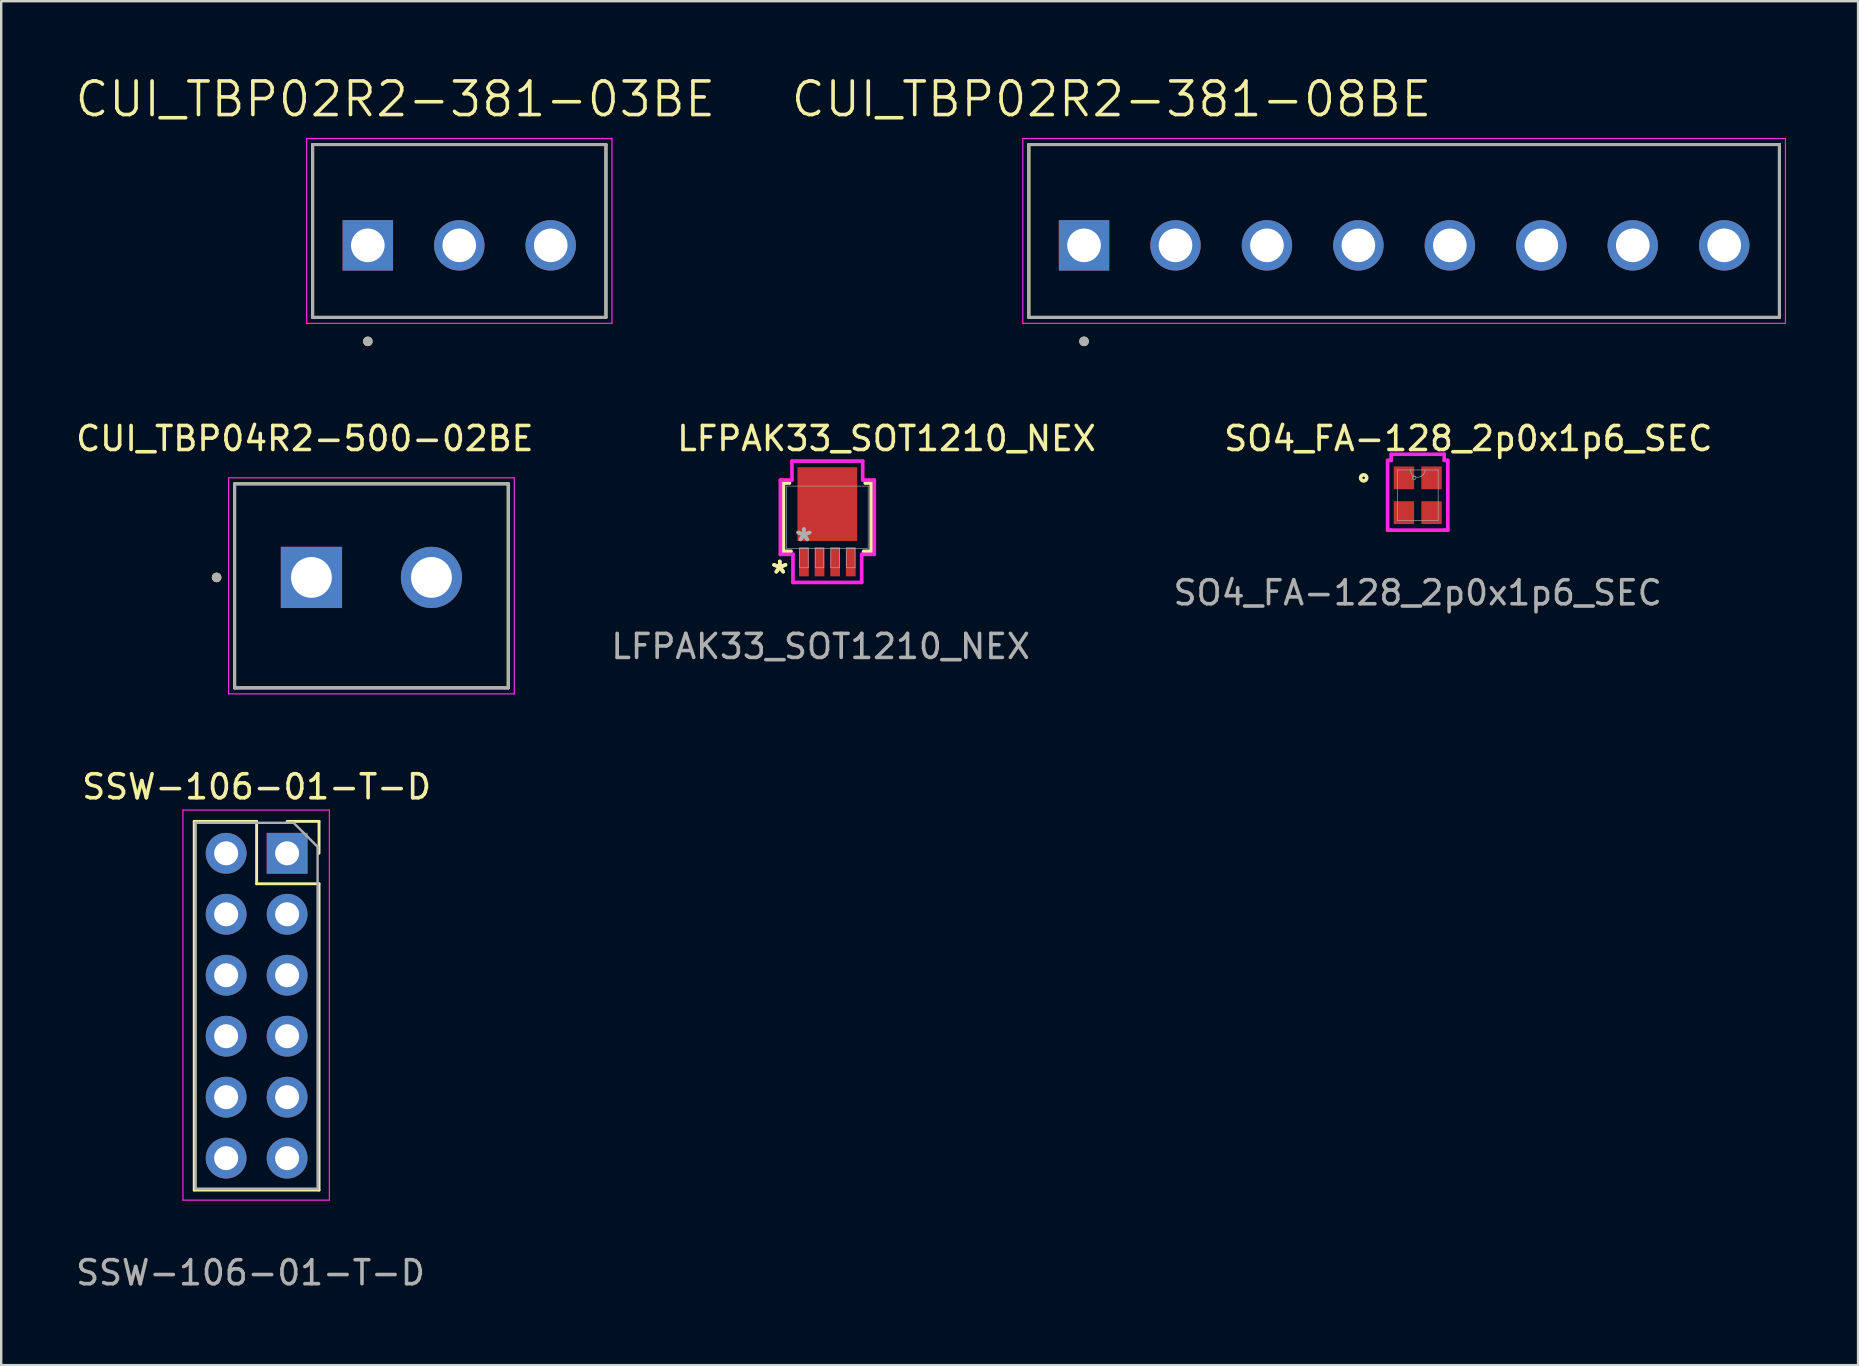
<source format=kicad_pcb>
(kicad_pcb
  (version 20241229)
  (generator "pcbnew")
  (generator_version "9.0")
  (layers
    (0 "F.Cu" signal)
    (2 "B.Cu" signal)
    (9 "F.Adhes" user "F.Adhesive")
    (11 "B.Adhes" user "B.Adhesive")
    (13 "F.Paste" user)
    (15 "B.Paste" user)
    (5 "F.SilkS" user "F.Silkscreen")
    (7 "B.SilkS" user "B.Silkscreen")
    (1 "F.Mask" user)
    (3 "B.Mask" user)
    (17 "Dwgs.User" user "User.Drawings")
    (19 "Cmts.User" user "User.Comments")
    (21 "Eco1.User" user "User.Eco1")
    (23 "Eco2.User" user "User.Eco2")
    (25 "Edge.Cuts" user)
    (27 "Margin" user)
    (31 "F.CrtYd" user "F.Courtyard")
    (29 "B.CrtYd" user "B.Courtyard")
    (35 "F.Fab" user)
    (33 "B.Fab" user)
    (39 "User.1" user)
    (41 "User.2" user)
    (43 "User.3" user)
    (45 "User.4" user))
  (footprint "CUI_TBP02R2-381-03BE"
    (layer "F.Cu")
    (at 12.273 7.171)
    (property "Reference" "CUI_TBP02R2-381-03BE" (at 1.145 -6.089 0) (layer "F.SilkS") (effects (font (size 1.4 1.4) (thickness 0.15))))
    (attr through_hole)
    (fp_line (start -2.3 -4.2) (end 9.92 -4.2) (stroke (width 0.127) (type solid)) (layer "F.SilkS"))
    (fp_line (start -2.3 3) (end -2.3 -4.2) (stroke (width 0.127) (type solid)) (layer "F.SilkS"))
    (fp_line (start 9.92 -4.2) (end 9.92 3) (stroke (width 0.127) (type solid)) (layer "F.SilkS"))
    (fp_line (start 9.92 3) (end -2.3 3) (stroke (width 0.127) (type solid)) (layer "F.SilkS"))
    (fp_circle (center 0 4) (end 0.1 4) (stroke (width 0.2) (type solid)) (fill no) (layer "F.SilkS"))
    (fp_line (start -2.55 -4.45) (end 10.17 -4.45) (stroke (width 0.05) (type solid)) (layer "F.CrtYd"))
    (fp_line (start -2.55 3.25) (end -2.55 -4.45) (stroke (width 0.05) (type solid)) (layer "F.CrtYd"))
    (fp_line (start 10.17 -4.45) (end 10.17 3.25) (stroke (width 0.05) (type solid)) (layer "F.CrtYd"))
    (fp_line (start 10.17 3.25) (end -2.55 3.25) (stroke (width 0.05) (type solid)) (layer "F.CrtYd"))
    (fp_line (start -2.3 -4.2) (end 9.92 -4.2) (stroke (width 0.127) (type solid)) (layer "F.Fab"))
    (fp_line (start -2.3 3) (end -2.3 -4.2) (stroke (width 0.127) (type solid)) (layer "F.Fab"))
    (fp_line (start 9.92 -4.2) (end 9.92 3) (stroke (width 0.127) (type solid)) (layer "F.Fab"))
    (fp_line (start 9.92 3) (end -2.3 3) (stroke (width 0.127) (type solid)) (layer "F.Fab"))
    (fp_circle (center 0 4) (end 0.1 4) (stroke (width 0.2) (type solid)) (fill no) (layer "F.Fab"))
    (pad "1" thru_hole rect (at 0 0) (size 2.1 2.1) (drill 1.4) (layers "*.Cu" "*.Mask"))
    (pad "2" thru_hole circle (at 3.81 0) (size 2.1 2.1) (drill 1.4) (layers "*.Cu" "*.Mask"))
    (pad "3" thru_hole circle (at 7.62 0) (size 2.1 2.1) (drill 1.4) (layers "*.Cu" "*.Mask")))
  (footprint "SO4_FA-128_2p0x1p6_SEC"
    (layer "F.Cu")
    (at 56.011 17.582)
    (property "Reference" "SO4_FA-128_2p0x1p6_SEC" (at 2.108 -2.362 0) (unlocked yes) (layer "F.SilkS") (effects (font (size 1 1) (thickness 0.15))))
    (attr smd)
    (fp_circle (center -2.252 -0.725) (end -2.125 -0.725) (stroke (width 0.152) (type solid)) (fill no) (layer "F.SilkS"))
    (fp_line (start -1.254 -1.454) (end -1.105 -1.454) (stroke (width 0.152) (type solid)) (layer "F.CrtYd"))
    (fp_line (start -1.254 1.454) (end -1.254 -1.454) (stroke (width 0.152) (type solid)) (layer "F.CrtYd"))
    (fp_line (start -1.254 1.454) (end -1.105 1.454) (stroke (width 0.152) (type solid)) (layer "F.CrtYd"))
    (fp_line (start -1.105 -1.708) (end 1.105 -1.708) (stroke (width 0.152) (type solid)) (layer "F.CrtYd"))
    (fp_line (start -1.105 -1.454) (end -1.105 -1.708) (stroke (width 0.152) (type solid)) (layer "F.CrtYd"))
    (fp_line (start -1.105 1.454) (end -1.105 1.454) (stroke (width 0.152) (type solid)) (layer "F.CrtYd"))
    (fp_line (start 1.105 -1.708) (end 1.105 -1.454) (stroke (width 0.152) (type solid)) (layer "F.CrtYd"))
    (fp_line (start 1.105 1.454) (end -1.105 1.454) (stroke (width 0.152) (type solid)) (layer "F.CrtYd"))
    (fp_line (start 1.105 1.454) (end 1.105 1.454) (stroke (width 0.152) (type solid)) (layer "F.CrtYd"))
    (fp_line (start 1.254 -1.454) (end 1.105 -1.454) (stroke (width 0.152) (type solid)) (layer "F.CrtYd"))
    (fp_line (start 1.254 -1.454) (end 1.254 1.454) (stroke (width 0.152) (type solid)) (layer "F.CrtYd"))
    (fp_line (start 1.254 1.454) (end 1.105 1.454) (stroke (width 0.152) (type solid)) (layer "F.CrtYd"))
    (fp_line (start -0.851 -1.054) (end -0.851 1.054) (stroke (width 0.025) (type solid)) (layer "F.Fab"))
    (fp_line (start -0.851 1.054) (end 0.851 1.054) (stroke (width 0.025) (type solid)) (layer "F.Fab"))
    (fp_line (start 0.851 -1.054) (end -0.851 -1.054) (stroke (width 0.025) (type solid)) (layer "F.Fab"))
    (fp_line (start 0.851 1.054) (end 0.851 -1.054) (stroke (width 0.025) (type solid)) (layer "F.Fab"))
    (fp_arc (start 0.3048 -1.0541) (mid 0 -0.7493) (end -0.3048 -1.0541) (stroke (width 0.0254) (type solid)) (layer "F.Fab"))
    (fp_circle (center -0.15 -0.725) (end -0.074 -0.725) (stroke (width 0.025) (type solid)) (fill no) (layer "F.Fab"))
    (fp_text user "${REFERENCE}" (at 0 4.064 0) (unlocked yes) (layer "F.Fab") (effects (font (size 1 1) (thickness 0.15))))
    (pad "1" smd rect (at -0.575 -0.725) (size 0.85 0.95) (layers "F.Cu" "F.Mask" "F.Paste"))
    (pad "2" smd rect (at -0.575 0.725) (size 0.85 0.95) (layers "F.Cu" "F.Mask" "F.Paste"))
    (pad "3" smd rect (at 0.575 0.725) (size 0.85 0.95) (layers "F.Cu" "F.Mask" "F.Paste"))
    (pad "4" smd rect (at 0.575 -0.725) (size 0.85 0.95) (layers "F.Cu" "F.Mask" "F.Paste")))
  (footprint "CUI_TBP04R2-500-02BE"
    (layer "F.Cu")
    (at 9.924 21.005)
    (property "Reference" "CUI_TBP04R2-500-02BE" (at -0.275 -5.785 0) (layer "F.SilkS") (effects (font (size 1 1) (thickness 0.15))))
    (attr through_hole)
    (fp_line (start -3.2 -3.9) (end 8.2 -3.9) (stroke (width 0.127) (type solid)) (layer "F.SilkS"))
    (fp_line (start -3.2 4.6) (end -3.2 -3.9) (stroke (width 0.127) (type solid)) (layer "F.SilkS"))
    (fp_line (start 8.2 -3.9) (end 8.2 4.6) (stroke (width 0.127) (type solid)) (layer "F.SilkS"))
    (fp_line (start 8.2 4.6) (end -3.2 4.6) (stroke (width 0.127) (type solid)) (layer "F.SilkS"))
    (fp_circle (center -3.95 0) (end -3.85 0) (stroke (width 0.2) (type solid)) (fill no) (layer "F.SilkS"))
    (fp_line (start -3.45 -4.15) (end -3.45 4.85) (stroke (width 0.05) (type solid)) (layer "F.CrtYd"))
    (fp_line (start -3.45 4.85) (end 8.45 4.85) (stroke (width 0.05) (type solid)) (layer "F.CrtYd"))
    (fp_line (start 8.45 -4.15) (end -3.45 -4.15) (stroke (width 0.05) (type solid)) (layer "F.CrtYd"))
    (fp_line (start 8.45 4.85) (end 8.45 -4.15) (stroke (width 0.05) (type solid)) (layer "F.CrtYd"))
    (fp_line (start -3.2 -3.9) (end 8.2 -3.9) (stroke (width 0.127) (type solid)) (layer "F.Fab"))
    (fp_line (start -3.2 4.6) (end -3.2 -3.9) (stroke (width 0.127) (type solid)) (layer "F.Fab"))
    (fp_line (start 8.2 -3.9) (end 8.2 4.6) (stroke (width 0.127) (type solid)) (layer "F.Fab"))
    (fp_line (start 8.2 4.6) (end -3.2 4.6) (stroke (width 0.127) (type solid)) (layer "F.Fab"))
    (fp_circle (center -3.95 0) (end -3.85 0) (stroke (width 0.2) (type solid)) (fill no) (layer "F.Fab"))
    (pad "1" thru_hole rect (at 0 0) (size 2.55 2.55) (drill 1.7) (layers "*.Cu" "*.Mask"))
    (pad "2" thru_hole circle (at 5 0) (size 2.55 2.55) (drill 1.7) (layers "*.Cu" "*.Mask")))
  (footprint "CUI_TBP02R2-381-08BE"
    (layer "F.Cu")
    (at 42.11 7.171)
    (property "Reference" "CUI_TBP02R2-381-08BE" (at 1.145 -6.089 0) (layer "F.SilkS") (effects (font (size 1.4 1.4) (thickness 0.15))))
    (attr through_hole)
    (fp_line (start -2.3 -4.2) (end 28.97 -4.2) (stroke (width 0.127) (type solid)) (layer "F.SilkS"))
    (fp_line (start -2.3 3) (end -2.3 -4.2) (stroke (width 0.127) (type solid)) (layer "F.SilkS"))
    (fp_line (start 28.97 -4.2) (end 28.97 3) (stroke (width 0.127) (type solid)) (layer "F.SilkS"))
    (fp_line (start 28.97 3) (end -2.3 3) (stroke (width 0.127) (type solid)) (layer "F.SilkS"))
    (fp_circle (center 0 4) (end 0.1 4) (stroke (width 0.2) (type solid)) (fill no) (layer "F.SilkS"))
    (fp_line (start -2.55 -4.45) (end 29.22 -4.45) (stroke (width 0.05) (type solid)) (layer "F.CrtYd"))
    (fp_line (start -2.55 3.25) (end -2.55 -4.45) (stroke (width 0.05) (type solid)) (layer "F.CrtYd"))
    (fp_line (start 29.22 -4.45) (end 29.22 3.25) (stroke (width 0.05) (type solid)) (layer "F.CrtYd"))
    (fp_line (start 29.22 3.25) (end -2.55 3.25) (stroke (width 0.05) (type solid)) (layer "F.CrtYd"))
    (fp_line (start -2.3 -4.2) (end 28.97 -4.2) (stroke (width 0.127) (type solid)) (layer "F.Fab"))
    (fp_line (start -2.3 3) (end -2.3 -4.2) (stroke (width 0.127) (type solid)) (layer "F.Fab"))
    (fp_line (start 28.97 -4.2) (end 28.97 3) (stroke (width 0.127) (type solid)) (layer "F.Fab"))
    (fp_line (start 28.97 3) (end -2.3 3) (stroke (width 0.127) (type solid)) (layer "F.Fab"))
    (fp_circle (center 0 4) (end 0.1 4) (stroke (width 0.2) (type solid)) (fill no) (layer "F.Fab"))
    (pad "1" thru_hole rect (at 0 0) (size 2.1 2.1) (drill 1.4) (layers "*.Cu" "*.Mask"))
    (pad "2" thru_hole circle (at 3.81 0) (size 2.1 2.1) (drill 1.4) (layers "*.Cu" "*.Mask"))
    (pad "3" thru_hole circle (at 7.62 0) (size 2.1 2.1) (drill 1.4) (layers "*.Cu" "*.Mask"))
    (pad "4" thru_hole circle (at 11.43 0) (size 2.1 2.1) (drill 1.4) (layers "*.Cu" "*.Mask"))
    (pad "5" thru_hole circle (at 15.24 0) (size 2.1 2.1) (drill 1.4) (layers "*.Cu" "*.Mask"))
    (pad "6" thru_hole circle (at 19.05 0) (size 2.1 2.1) (drill 1.4) (layers "*.Cu" "*.Mask"))
    (pad "7" thru_hole circle (at 22.86 0) (size 2.1 2.1) (drill 1.4) (layers "*.Cu" "*.Mask"))
    (pad "8" thru_hole circle (at 26.67 0) (size 2.1 2.1) (drill 1.4) (layers "*.Cu" "*.Mask")))
  (footprint "SSW-106-01-T-D"
    (layer "F.Cu")
    (at 8.911 32.498)
    (property "Reference" "SSW-106-01-T-D" (at -1.27 -2.77 0) (layer "F.SilkS") (effects (font (size 1 1) (thickness 0.15))))
    (attr through_hole)
    (fp_line (start -3.87 -1.33) (end -3.87 14.03) (stroke (width 0.12) (type solid)) (layer "F.SilkS"))
    (fp_line (start -3.87 -1.33) (end -1.27 -1.33) (stroke (width 0.12) (type solid)) (layer "F.SilkS"))
    (fp_line (start -3.87 14.03) (end 1.33 14.03) (stroke (width 0.12) (type solid)) (layer "F.SilkS"))
    (fp_line (start -1.27 -1.33) (end -1.27 1.27) (stroke (width 0.12) (type solid)) (layer "F.SilkS"))
    (fp_line (start -1.27 1.27) (end 1.33 1.27) (stroke (width 0.12) (type solid)) (layer "F.SilkS"))
    (fp_line (start 0 -1.33) (end 1.33 -1.33) (stroke (width 0.12) (type solid)) (layer "F.SilkS"))
    (fp_line (start 1.33 -1.33) (end 1.33 0) (stroke (width 0.12) (type solid)) (layer "F.SilkS"))
    (fp_line (start 1.33 1.27) (end 1.33 14.03) (stroke (width 0.12) (type solid)) (layer "F.SilkS"))
    (fp_line (start -4.34 -1.8) (end 1.76 -1.8) (stroke (width 0.05) (type solid)) (layer "F.CrtYd"))
    (fp_line (start -4.34 14.45) (end -4.34 -1.8) (stroke (width 0.05) (type solid)) (layer "F.CrtYd"))
    (fp_line (start 1.76 -1.8) (end 1.76 14.45) (stroke (width 0.05) (type solid)) (layer "F.CrtYd"))
    (fp_line (start 1.76 14.45) (end -4.34 14.45) (stroke (width 0.05) (type solid)) (layer "F.CrtYd"))
    (fp_line (start -3.81 -1.27) (end 0.27 -1.27) (stroke (width 0.1) (type solid)) (layer "F.Fab"))
    (fp_line (start -3.81 13.97) (end -3.81 -1.27) (stroke (width 0.1) (type solid)) (layer "F.Fab"))
    (fp_line (start 0.27 -1.27) (end 1.27 -0.27) (stroke (width 0.1) (type solid)) (layer "F.Fab"))
    (fp_line (start 1.27 -0.27) (end 1.27 13.97) (stroke (width 0.1) (type solid)) (layer "F.Fab"))
    (fp_line (start 1.27 13.97) (end -3.81 13.97) (stroke (width 0.1) (type solid)) (layer "F.Fab"))
    (fp_text user "${REFERENCE}" (at -1.524 17.475 180) (layer "F.Fab") (effects (font (size 1 1) (thickness 0.15))))
    (pad "1" thru_hole rect (at 0 0) (size 1.7 1.7) (drill 1) (layers "*.Cu" "*.Mask"))
    (pad "2" thru_hole oval (at -2.54 0) (size 1.7 1.7) (drill 1) (layers "*.Cu" "*.Mask"))
    (pad "3" thru_hole oval (at 0 2.54) (size 1.7 1.7) (drill 1) (layers "*.Cu" "*.Mask"))
    (pad "4" thru_hole oval (at -2.54 2.54) (size 1.7 1.7) (drill 1) (layers "*.Cu" "*.Mask"))
    (pad "5" thru_hole oval (at 0 5.08) (size 1.7 1.7) (drill 1) (layers "*.Cu" "*.Mask"))
    (pad "6" thru_hole oval (at -2.54 5.08) (size 1.7 1.7) (drill 1) (layers "*.Cu" "*.Mask"))
    (pad "7" thru_hole oval (at 0 7.62) (size 1.7 1.7) (drill 1) (layers "*.Cu" "*.Mask"))
    (pad "8" thru_hole oval (at -2.54 7.62) (size 1.7 1.7) (drill 1) (layers "*.Cu" "*.Mask"))
    (pad "9" thru_hole oval (at 0 10.16) (size 1.7 1.7) (drill 1) (layers "*.Cu" "*.Mask"))
    (pad "10" thru_hole oval (at -2.54 10.16) (size 1.7 1.7) (drill 1) (layers "*.Cu" "*.Mask"))
    (pad "11" thru_hole oval (at 0 12.7) (size 1.7 1.7) (drill 1) (layers "*.Cu" "*.Mask"))
    (pad "12" thru_hole oval (at -2.54 12.7) (size 1.7 1.7) (drill 1) (layers "*.Cu" "*.Mask")))
  (footprint "LFPAK33_SOT1210_NEX"
    (layer "F.Cu")
    (at 31.416 18.496)
    (property "Reference" "LFPAK33_SOT1210_NEX" (at 2.464 -3.277 0) (unlocked yes) (layer "F.SilkS") (effects (font (size 1 1) (thickness 0.15))))
    (attr smd)
    (fp_line (start -1.829 -1.422) (end -1.829 1.422) (stroke (width 0.152) (type solid)) (layer "F.SilkS"))
    (fp_line (start -1.829 1.422) (end -1.511 1.422) (stroke (width 0.152) (type solid)) (layer "F.SilkS"))
    (fp_line (start -1.577 -1.422) (end -1.829 -1.422) (stroke (width 0.152) (type solid)) (layer "F.SilkS"))
    (fp_line (start 1.511 1.422) (end 1.829 1.422) (stroke (width 0.152) (type solid)) (layer "F.SilkS"))
    (fp_line (start 1.829 -1.422) (end 1.577 -1.422) (stroke (width 0.152) (type solid)) (layer "F.SilkS"))
    (fp_line (start 1.829 1.422) (end 1.829 -1.422) (stroke (width 0.152) (type solid)) (layer "F.SilkS"))
    (fp_line (start -1.956 -1.549) (end -1.473 -1.549) (stroke (width 0.152) (type solid)) (layer "F.CrtYd"))
    (fp_line (start -1.956 1.549) (end -1.956 -1.549) (stroke (width 0.152) (type solid)) (layer "F.CrtYd"))
    (fp_line (start -1.473 -2.337) (end 1.473 -2.337) (stroke (width 0.152) (type solid)) (layer "F.CrtYd"))
    (fp_line (start -1.473 -1.549) (end -1.473 -2.337) (stroke (width 0.152) (type solid)) (layer "F.CrtYd"))
    (fp_line (start -1.432 1.549) (end -1.956 1.549) (stroke (width 0.152) (type solid)) (layer "F.CrtYd"))
    (fp_line (start -1.432 2.718) (end -1.432 1.549) (stroke (width 0.152) (type solid)) (layer "F.CrtYd"))
    (fp_line (start 1.432 1.549) (end 1.432 2.718) (stroke (width 0.152) (type solid)) (layer "F.CrtYd"))
    (fp_line (start 1.432 2.718) (end -1.432 2.718) (stroke (width 0.152) (type solid)) (layer "F.CrtYd"))
    (fp_line (start 1.473 -2.337) (end 1.473 -1.549) (stroke (width 0.152) (type solid)) (layer "F.CrtYd"))
    (fp_line (start 1.473 -1.549) (end 1.956 -1.549) (stroke (width 0.152) (type solid)) (layer "F.CrtYd"))
    (fp_line (start 1.956 -1.549) (end 1.956 1.549) (stroke (width 0.152) (type solid)) (layer "F.CrtYd"))
    (fp_line (start 1.956 1.549) (end 1.432 1.549) (stroke (width 0.152) (type solid)) (layer "F.CrtYd"))
    (fp_line (start -1.702 -1.295) (end -1.702 1.295) (stroke (width 0.025) (type solid)) (layer "F.Fab"))
    (fp_line (start -1.702 1.295) (end 1.702 1.295) (stroke (width 0.025) (type solid)) (layer "F.Fab"))
    (fp_line (start -1.153 1.295) (end -1.153 2.108) (stroke (width 0.025) (type solid)) (layer "F.Fab"))
    (fp_line (start -1.153 2.108) (end -0.797 2.108) (stroke (width 0.025) (type solid)) (layer "F.Fab"))
    (fp_line (start -0.797 1.295) (end -1.153 1.295) (stroke (width 0.025) (type solid)) (layer "F.Fab"))
    (fp_line (start -0.797 2.108) (end -0.797 1.295) (stroke (width 0.025) (type solid)) (layer "F.Fab"))
    (fp_line (start -0.503 1.295) (end -0.503 2.108) (stroke (width 0.025) (type solid)) (layer "F.Fab"))
    (fp_line (start -0.503 2.108) (end -0.147 2.108) (stroke (width 0.025) (type solid)) (layer "F.Fab"))
    (fp_line (start -0.147 1.295) (end -0.503 1.295) (stroke (width 0.025) (type solid)) (layer "F.Fab"))
    (fp_line (start -0.147 2.108) (end -0.147 1.295) (stroke (width 0.025) (type solid)) (layer "F.Fab"))
    (fp_line (start 0.147 1.295) (end 0.147 2.108) (stroke (width 0.025) (type solid)) (layer "F.Fab"))
    (fp_line (start 0.147 2.108) (end 0.503 2.108) (stroke (width 0.025) (type solid)) (layer "F.Fab"))
    (fp_line (start 0.503 1.295) (end 0.147 1.295) (stroke (width 0.025) (type solid)) (layer "F.Fab"))
    (fp_line (start 0.503 2.108) (end 0.503 1.295) (stroke (width 0.025) (type solid)) (layer "F.Fab"))
    (fp_line (start 0.797 1.295) (end 0.797 2.108) (stroke (width 0.025) (type solid)) (layer "F.Fab"))
    (fp_line (start 0.797 2.108) (end 1.153 2.108) (stroke (width 0.025) (type solid)) (layer "F.Fab"))
    (fp_line (start 1.153 1.295) (end 0.797 1.295) (stroke (width 0.025) (type solid)) (layer "F.Fab"))
    (fp_line (start 1.153 2.108) (end 1.153 1.295) (stroke (width 0.025) (type solid)) (layer "F.Fab"))
    (fp_line (start 1.702 -1.295) (end -1.702 -1.295) (stroke (width 0.025) (type solid)) (layer "F.Fab"))
    (fp_line (start 1.702 1.295) (end 1.702 -1.295) (stroke (width 0.025) (type solid)) (layer "F.Fab"))
    (fp_text user "*" (at -1.981 2.388 0) (unlocked yes) (layer "F.SilkS") (effects (font (size 1 1) (thickness 0.15))))
    (fp_text user "*" (at -1.981 2.388 0) (layer "F.SilkS") (effects (font (size 1 1) (thickness 0.15))))
    (fp_text user "*" (at -0.975 1.041 0) (layer "F.Fab") (effects (font (size 1 1) (thickness 0.15))))
    (fp_text user "*" (at -0.975 1.041 0) (unlocked yes) (layer "F.Fab") (effects (font (size 1 1) (thickness 0.15))))
    (fp_text user "${REFERENCE}" (at -0.279 5.385 0) (unlocked yes) (layer "F.Fab") (effects (font (size 1 1) (thickness 0.15))))
    (pad "1" smd rect (at -0.975 1.854) (size 0.406 1.219) (layers "F.Cu" "F.Mask" "F.Paste"))
    (pad "2" smd rect (at -0.325 1.854) (size 0.406 1.219) (layers "F.Cu" "F.Mask" "F.Paste"))
    (pad "3" smd rect (at 0.325 1.854) (size 0.406 1.219) (layers "F.Cu" "F.Mask" "F.Paste"))
    (pad "4" smd rect (at 0.975 1.854) (size 0.406 1.219) (layers "F.Cu" "F.Mask" "F.Paste"))
    (pad "5" smd rect (at 0 -0.546) (size 2.489 3.073) (layers "F.Cu" "F.Mask" "F.Paste")))
  (gr_rect
    (start -3 -3)
    (end 74.355 53.821)
    (stroke (width 0.1) (type default))
    (fill no)
    (layer "Edge.Cuts")))
</source>
